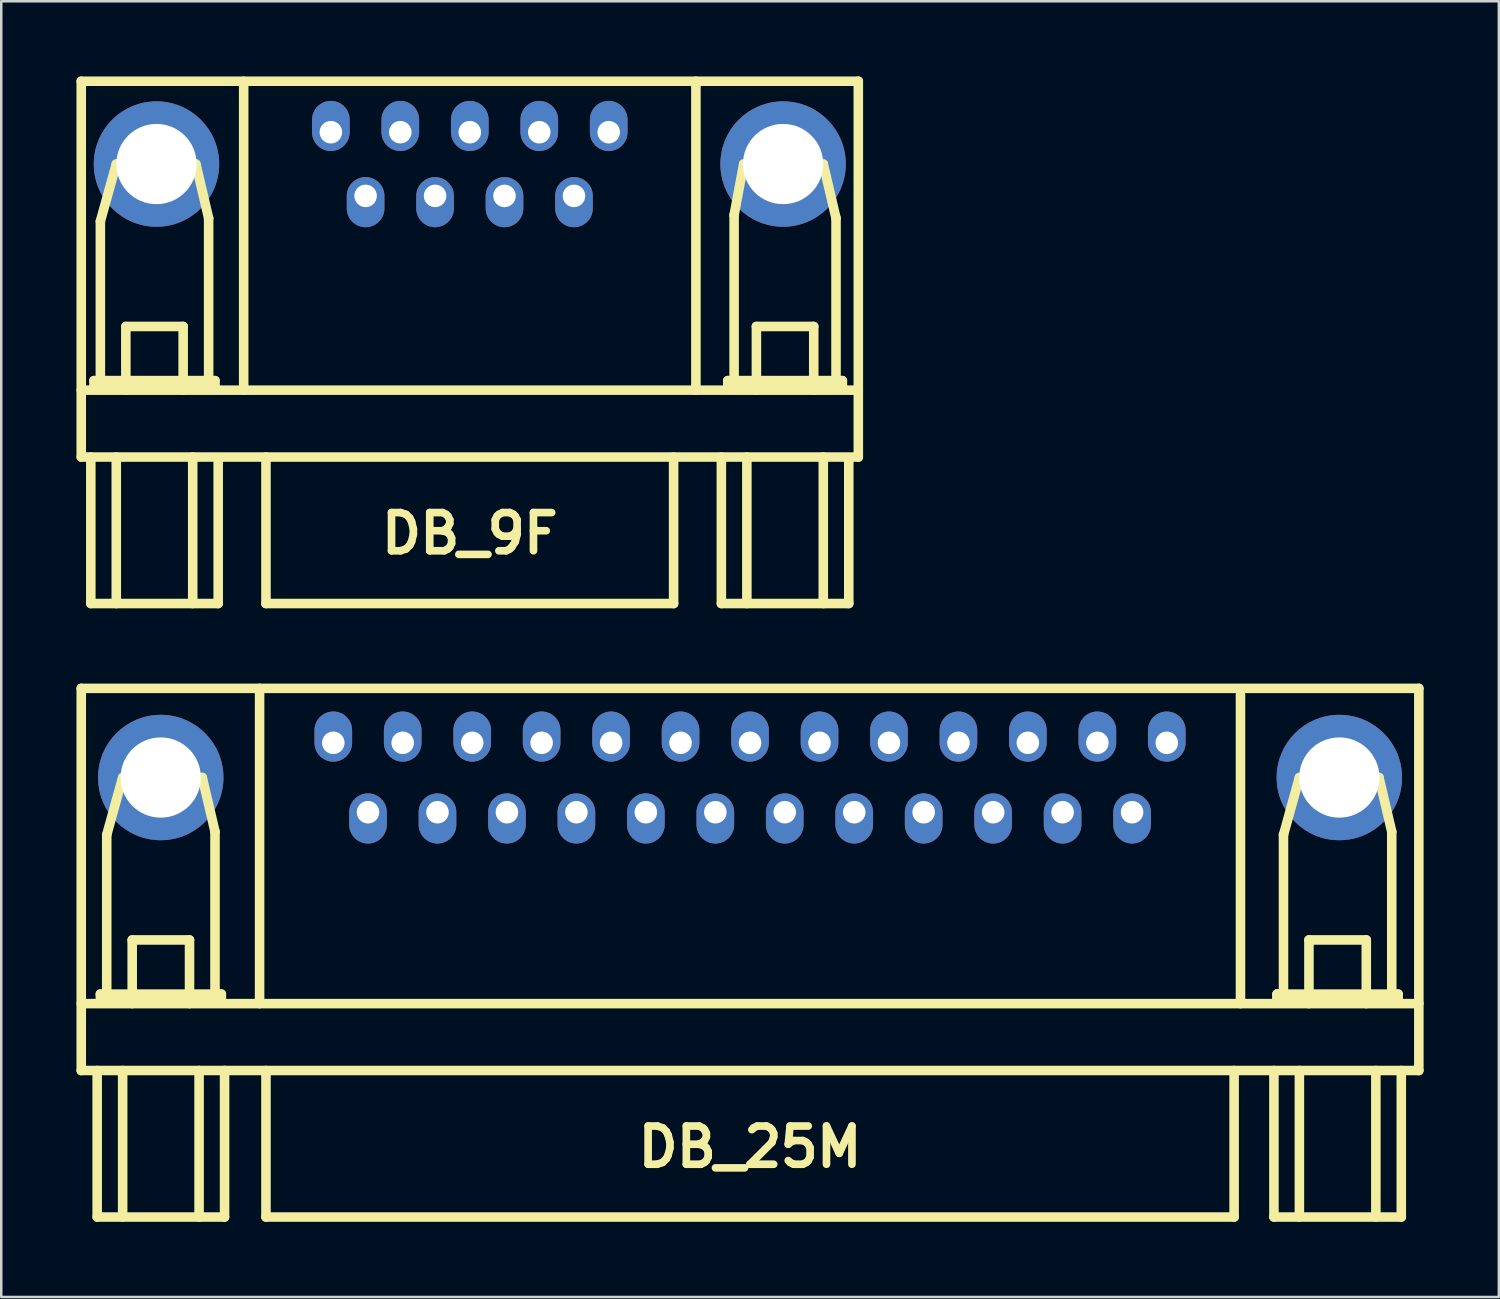
<source format=kicad_pcb>
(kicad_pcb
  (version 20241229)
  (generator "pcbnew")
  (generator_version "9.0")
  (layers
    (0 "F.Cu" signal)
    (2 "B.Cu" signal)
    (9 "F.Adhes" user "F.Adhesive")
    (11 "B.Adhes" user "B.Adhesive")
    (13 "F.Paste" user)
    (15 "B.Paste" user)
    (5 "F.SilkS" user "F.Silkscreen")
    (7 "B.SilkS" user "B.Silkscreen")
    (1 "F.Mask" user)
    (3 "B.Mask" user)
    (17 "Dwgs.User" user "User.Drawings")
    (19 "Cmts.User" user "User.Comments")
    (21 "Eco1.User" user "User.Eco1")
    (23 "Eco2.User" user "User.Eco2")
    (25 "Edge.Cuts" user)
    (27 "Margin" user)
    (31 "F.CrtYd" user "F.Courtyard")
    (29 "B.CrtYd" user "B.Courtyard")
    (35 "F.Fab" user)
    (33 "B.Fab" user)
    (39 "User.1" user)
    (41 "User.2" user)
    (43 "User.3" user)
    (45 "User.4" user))
  (footprint "DB_25M"
    (layer "F.Cu")
    (at 26.86 35.068)
    (property "Reference" "DB_25M" (at 0 7.62 0) (layer "F.SilkS") (effects (font (size 1.524 1.524) (thickness 0.305))))
    (attr through_hole)
    (fp_line (start -26.67 -10.668) (end -26.67 4.572) (stroke (width 0.381) (type solid)) (layer "F.SilkS"))
    (fp_line (start -26.67 1.905) (end 26.67 1.905) (stroke (width 0.381) (type solid)) (layer "F.SilkS"))
    (fp_line (start -26.035 4.572) (end -26.035 10.414) (stroke (width 0.381) (type solid)) (layer "F.SilkS"))
    (fp_line (start -26.035 10.414) (end -20.955 10.414) (stroke (width 0.381) (type solid)) (layer "F.SilkS"))
    (fp_line (start -25.908 1.524) (end -25.908 1.778) (stroke (width 0.381) (type solid)) (layer "F.SilkS"))
    (fp_line (start -25.908 1.778) (end -21.082 1.778) (stroke (width 0.381) (type solid)) (layer "F.SilkS"))
    (fp_line (start -25.654 -4.826) (end -25.019 -7.112) (stroke (width 0.381) (type solid)) (layer "F.SilkS"))
    (fp_line (start -25.654 1.524) (end -25.654 -4.826) (stroke (width 0.381) (type solid)) (layer "F.SilkS"))
    (fp_line (start -25.019 -7.112) (end -21.844 -7.112) (stroke (width 0.381) (type solid)) (layer "F.SilkS"))
    (fp_line (start -25.019 4.572) (end -25.019 10.414) (stroke (width 0.381) (type solid)) (layer "F.SilkS"))
    (fp_line (start -24.638 -0.635) (end -22.352 -0.635) (stroke (width 0.381) (type solid)) (layer "F.SilkS"))
    (fp_line (start -24.638 1.905) (end -24.638 -0.635) (stroke (width 0.381) (type solid)) (layer "F.SilkS"))
    (fp_line (start -22.352 -0.635) (end -22.352 1.905) (stroke (width 0.381) (type solid)) (layer "F.SilkS"))
    (fp_line (start -21.971 4.572) (end -21.971 10.414) (stroke (width 0.381) (type solid)) (layer "F.SilkS"))
    (fp_line (start -21.844 -7.112) (end -21.336 -4.953) (stroke (width 0.381) (type solid)) (layer "F.SilkS"))
    (fp_line (start -21.336 -4.953) (end -21.336 1.524) (stroke (width 0.381) (type solid)) (layer "F.SilkS"))
    (fp_line (start -21.082 1.524) (end -25.908 1.524) (stroke (width 0.381) (type solid)) (layer "F.SilkS"))
    (fp_line (start -21.082 1.778) (end -21.082 1.524) (stroke (width 0.381) (type solid)) (layer "F.SilkS"))
    (fp_line (start -20.955 4.572) (end -20.955 10.414) (stroke (width 0.381) (type solid)) (layer "F.SilkS"))
    (fp_line (start -19.558 1.905) (end -19.558 -10.668) (stroke (width 0.381) (type solid)) (layer "F.SilkS"))
    (fp_line (start -19.304 4.572) (end -19.304 10.414) (stroke (width 0.381) (type solid)) (layer "F.SilkS"))
    (fp_line (start 19.304 10.414) (end -19.304 10.414) (stroke (width 0.381) (type solid)) (layer "F.SilkS"))
    (fp_line (start 19.304 10.414) (end 19.304 4.572) (stroke (width 0.381) (type solid)) (layer "F.SilkS"))
    (fp_line (start 19.558 1.905) (end 19.558 -10.414) (stroke (width 0.381) (type solid)) (layer "F.SilkS"))
    (fp_line (start 20.892 4.572) (end 20.892 10.414) (stroke (width 0.381) (type solid)) (layer "F.SilkS"))
    (fp_line (start 20.892 10.414) (end 25.971 10.414) (stroke (width 0.381) (type solid)) (layer "F.SilkS"))
    (fp_line (start 21.018 1.524) (end 21.018 1.778) (stroke (width 0.381) (type solid)) (layer "F.SilkS"))
    (fp_line (start 21.018 1.524) (end 21.018 1.778) (stroke (width 0.381) (type solid)) (layer "F.SilkS"))
    (fp_line (start 21.018 1.778) (end 25.845 1.778) (stroke (width 0.381) (type solid)) (layer "F.SilkS"))
    (fp_line (start 21.273 -4.826) (end 21.907 -7.112) (stroke (width 0.381) (type solid)) (layer "F.SilkS"))
    (fp_line (start 21.273 1.524) (end 21.273 -4.826) (stroke (width 0.381) (type solid)) (layer "F.SilkS"))
    (fp_line (start 21.907 -7.112) (end 25.082 -7.112) (stroke (width 0.381) (type solid)) (layer "F.SilkS"))
    (fp_line (start 21.907 4.572) (end 21.907 10.414) (stroke (width 0.381) (type solid)) (layer "F.SilkS"))
    (fp_line (start 22.288 -0.635) (end 24.575 -0.635) (stroke (width 0.381) (type solid)) (layer "F.SilkS"))
    (fp_line (start 22.288 1.905) (end 22.288 -0.635) (stroke (width 0.381) (type solid)) (layer "F.SilkS"))
    (fp_line (start 24.575 -0.635) (end 24.575 1.905) (stroke (width 0.381) (type solid)) (layer "F.SilkS"))
    (fp_line (start 24.956 4.572) (end 24.956 10.414) (stroke (width 0.381) (type solid)) (layer "F.SilkS"))
    (fp_line (start 25.082 -7.112) (end 25.59 -4.953) (stroke (width 0.381) (type solid)) (layer "F.SilkS"))
    (fp_line (start 25.59 -4.953) (end 25.59 1.524) (stroke (width 0.381) (type solid)) (layer "F.SilkS"))
    (fp_line (start 25.845 1.524) (end 21.018 1.524) (stroke (width 0.381) (type solid)) (layer "F.SilkS"))
    (fp_line (start 25.845 1.778) (end 25.845 1.524) (stroke (width 0.381) (type solid)) (layer "F.SilkS"))
    (fp_line (start 25.971 4.572) (end 25.971 10.414) (stroke (width 0.381) (type solid)) (layer "F.SilkS"))
    (fp_line (start 26.67 -10.668) (end -26.67 -10.668) (stroke (width 0.381) (type solid)) (layer "F.SilkS"))
    (fp_line (start 26.67 -10.668) (end 26.67 4.572) (stroke (width 0.381) (type solid)) (layer "F.SilkS"))
    (fp_line (start 26.67 4.572) (end -26.67 4.572) (stroke (width 0.381) (type solid)) (layer "F.SilkS"))
    (pad "" thru_hole circle (at -23.5 -7.112) (size 5.001 5.001) (drill 3.2) (layers "*.Cu" "*.Mask"))
    (pad "" thru_hole circle (at 23.5 -7.112) (size 5.001 5.001) (drill 3.2) (layers "*.Cu" "*.Mask"))
    (pad "1" thru_hole oval (at -16.619 -8.496) (size 1.501 1.999) (drill 0.899 (offset 0 -0.249)) (layers "*.Cu" "*.Mask"))
    (pad "2" thru_hole oval (at -13.851 -8.496) (size 1.501 1.999) (drill 0.899 (offset 0 -0.249)) (layers "*.Cu" "*.Mask"))
    (pad "3" thru_hole oval (at -11.079 -8.496) (size 1.501 1.999) (drill 0.899 (offset 0 -0.249)) (layers "*.Cu" "*.Mask"))
    (pad "4" thru_hole oval (at -8.311 -8.496) (size 1.501 1.999) (drill 0.899 (offset 0 -0.249)) (layers "*.Cu" "*.Mask"))
    (pad "5" thru_hole oval (at -5.54 -8.496) (size 1.501 1.999) (drill 0.899 (offset 0 -0.249)) (layers "*.Cu" "*.Mask"))
    (pad "6" thru_hole oval (at -2.771 -8.496) (size 1.501 1.999) (drill 0.899 (offset 0 -0.249)) (layers "*.Cu" "*.Mask"))
    (pad "7" thru_hole oval (at 0 -8.496) (size 1.501 1.999) (drill 0.899 (offset 0 -0.249)) (layers "*.Cu" "*.Mask"))
    (pad "8" thru_hole oval (at 2.771 -8.496) (size 1.501 1.999) (drill 0.899 (offset 0 -0.249)) (layers "*.Cu" "*.Mask"))
    (pad "9" thru_hole oval (at 5.54 -8.496) (size 1.501 1.999) (drill 0.899 (offset 0 -0.249)) (layers "*.Cu" "*.Mask"))
    (pad "10" thru_hole oval (at 8.311 -8.496) (size 1.501 1.999) (drill 0.899 (offset 0 -0.249)) (layers "*.Cu" "*.Mask"))
    (pad "11" thru_hole oval (at 11.079 -8.496) (size 1.501 1.999) (drill 0.899 (offset 0 -0.249)) (layers "*.Cu" "*.Mask"))
    (pad "12" thru_hole oval (at 13.851 -8.496) (size 1.501 1.999) (drill 0.899 (offset 0 -0.249)) (layers "*.Cu" "*.Mask"))
    (pad "13" thru_hole oval (at 16.619 -8.496) (size 1.501 1.999) (drill 0.899 (offset 0 -0.249)) (layers "*.Cu" "*.Mask"))
    (pad "14" thru_hole oval (at -15.235 -5.728) (size 1.501 1.999) (drill 0.899 (offset 0 0.249)) (layers "*.Cu" "*.Mask"))
    (pad "15" thru_hole oval (at -12.464 -5.728) (size 1.501 1.999) (drill 0.899 (offset 0 0.249)) (layers "*.Cu" "*.Mask"))
    (pad "16" thru_hole oval (at -9.695 -5.728) (size 1.501 1.999) (drill 0.899 (offset 0 0.249)) (layers "*.Cu" "*.Mask"))
    (pad "17" thru_hole oval (at -6.924 -5.728) (size 1.501 1.999) (drill 0.899 (offset 0 0.249)) (layers "*.Cu" "*.Mask"))
    (pad "18" thru_hole oval (at -4.155 -5.728) (size 1.501 1.999) (drill 0.899 (offset 0 0.249)) (layers "*.Cu" "*.Mask"))
    (pad "19" thru_hole oval (at -1.384 -5.728) (size 1.501 1.999) (drill 0.899 (offset 0 0.249)) (layers "*.Cu" "*.Mask"))
    (pad "20" thru_hole oval (at 1.384 -5.728) (size 1.501 1.999) (drill 0.899 (offset 0 0.249)) (layers "*.Cu" "*.Mask"))
    (pad "21" thru_hole oval (at 4.155 -5.728) (size 1.501 1.999) (drill 0.899 (offset 0 0.249)) (layers "*.Cu" "*.Mask"))
    (pad "22" thru_hole oval (at 6.924 -5.728) (size 1.501 1.999) (drill 0.899 (offset 0 0.249)) (layers "*.Cu" "*.Mask"))
    (pad "23" thru_hole oval (at 9.695 -5.728) (size 1.501 1.999) (drill 0.899 (offset 0 0.249)) (layers "*.Cu" "*.Mask"))
    (pad "24" thru_hole oval (at 12.464 -5.728) (size 1.501 1.999) (drill 0.899 (offset 0 0.249)) (layers "*.Cu" "*.Mask"))
    (pad "25" thru_hole oval (at 15.235 -5.728) (size 1.501 1.999) (drill 0.899 (offset 0 0.249)) (layers "*.Cu" "*.Mask")))
  (footprint "DB_9F"
    (layer "F.Cu")
    (at 15.684 10.604)
    (property "Reference" "DB_9F" (at 0 7.62 0) (layer "F.SilkS") (effects (font (size 1.524 1.524) (thickness 0.305))))
    (attr through_hole)
    (fp_line (start -15.494 -10.414) (end -15.494 4.572) (stroke (width 0.381) (type solid)) (layer "F.SilkS"))
    (fp_line (start -15.494 1.905) (end 15.494 1.905) (stroke (width 0.381) (type solid)) (layer "F.SilkS"))
    (fp_line (start -15.494 4.572) (end 15.494 4.572) (stroke (width 0.381) (type solid)) (layer "F.SilkS"))
    (fp_line (start -15.113 4.572) (end -15.113 10.414) (stroke (width 0.381) (type solid)) (layer "F.SilkS"))
    (fp_line (start -15.113 10.414) (end -10.033 10.414) (stroke (width 0.381) (type solid)) (layer "F.SilkS"))
    (fp_line (start -14.986 1.524) (end -14.986 1.778) (stroke (width 0.381) (type solid)) (layer "F.SilkS"))
    (fp_line (start -14.986 1.778) (end -10.16 1.778) (stroke (width 0.381) (type solid)) (layer "F.SilkS"))
    (fp_line (start -14.732 -4.826) (end -14.097 -7.112) (stroke (width 0.381) (type solid)) (layer "F.SilkS"))
    (fp_line (start -14.732 1.524) (end -14.732 -4.826) (stroke (width 0.381) (type solid)) (layer "F.SilkS"))
    (fp_line (start -14.097 -7.112) (end -10.922 -7.112) (stroke (width 0.381) (type solid)) (layer "F.SilkS"))
    (fp_line (start -14.097 4.572) (end -14.097 10.414) (stroke (width 0.381) (type solid)) (layer "F.SilkS"))
    (fp_line (start -13.716 -0.635) (end -11.43 -0.635) (stroke (width 0.381) (type solid)) (layer "F.SilkS"))
    (fp_line (start -13.716 1.905) (end -13.716 -0.635) (stroke (width 0.381) (type solid)) (layer "F.SilkS"))
    (fp_line (start -11.43 -0.635) (end -11.43 1.905) (stroke (width 0.381) (type solid)) (layer "F.SilkS"))
    (fp_line (start -11.049 4.572) (end -11.049 10.414) (stroke (width 0.381) (type solid)) (layer "F.SilkS"))
    (fp_line (start -10.922 -7.112) (end -10.414 -4.953) (stroke (width 0.381) (type solid)) (layer "F.SilkS"))
    (fp_line (start -10.414 -4.953) (end -10.414 1.524) (stroke (width 0.381) (type solid)) (layer "F.SilkS"))
    (fp_line (start -10.16 1.524) (end -14.986 1.524) (stroke (width 0.381) (type solid)) (layer "F.SilkS"))
    (fp_line (start -10.16 1.778) (end -10.16 1.524) (stroke (width 0.381) (type solid)) (layer "F.SilkS"))
    (fp_line (start -10.033 10.414) (end -10.033 4.699) (stroke (width 0.381) (type solid)) (layer "F.SilkS"))
    (fp_line (start -9.017 1.905) (end -9.017 -10.414) (stroke (width 0.381) (type solid)) (layer "F.SilkS"))
    (fp_line (start -8.128 4.572) (end -8.128 10.414) (stroke (width 0.381) (type solid)) (layer "F.SilkS"))
    (fp_line (start -8.128 10.414) (end 8.128 10.414) (stroke (width 0.381) (type solid)) (layer "F.SilkS"))
    (fp_line (start 8.128 10.414) (end 8.128 4.572) (stroke (width 0.381) (type solid)) (layer "F.SilkS"))
    (fp_line (start 9.017 1.905) (end 9.017 -10.414) (stroke (width 0.381) (type solid)) (layer "F.SilkS"))
    (fp_line (start 10.033 4.572) (end 10.033 10.414) (stroke (width 0.381) (type solid)) (layer "F.SilkS"))
    (fp_line (start 10.033 10.414) (end 15.113 10.414) (stroke (width 0.381) (type solid)) (layer "F.SilkS"))
    (fp_line (start 10.287 1.524) (end 10.287 1.778) (stroke (width 0.381) (type solid)) (layer "F.SilkS"))
    (fp_line (start 10.287 1.778) (end 14.859 1.778) (stroke (width 0.381) (type solid)) (layer "F.SilkS"))
    (fp_line (start 10.541 -5.08) (end 10.922 -7.112) (stroke (width 0.381) (type solid)) (layer "F.SilkS"))
    (fp_line (start 10.541 1.524) (end 10.541 -5.08) (stroke (width 0.381) (type solid)) (layer "F.SilkS"))
    (fp_line (start 10.922 -7.112) (end 14.097 -7.112) (stroke (width 0.381) (type solid)) (layer "F.SilkS"))
    (fp_line (start 11.049 4.572) (end 11.049 10.414) (stroke (width 0.381) (type solid)) (layer "F.SilkS"))
    (fp_line (start 11.43 -0.635) (end 13.716 -0.635) (stroke (width 0.381) (type solid)) (layer "F.SilkS"))
    (fp_line (start 11.43 1.905) (end 11.43 -0.635) (stroke (width 0.381) (type solid)) (layer "F.SilkS"))
    (fp_line (start 13.716 -0.635) (end 13.716 1.905) (stroke (width 0.381) (type solid)) (layer "F.SilkS"))
    (fp_line (start 14.097 -7.112) (end 14.605 -4.953) (stroke (width 0.381) (type solid)) (layer "F.SilkS"))
    (fp_line (start 14.097 4.572) (end 14.097 10.414) (stroke (width 0.381) (type solid)) (layer "F.SilkS"))
    (fp_line (start 14.605 -4.953) (end 14.605 1.524) (stroke (width 0.381) (type solid)) (layer "F.SilkS"))
    (fp_line (start 14.859 1.524) (end 10.287 1.524) (stroke (width 0.381) (type solid)) (layer "F.SilkS"))
    (fp_line (start 14.859 1.778) (end 14.859 1.524) (stroke (width 0.381) (type solid)) (layer "F.SilkS"))
    (fp_line (start 15.113 10.414) (end 15.113 4.699) (stroke (width 0.381) (type solid)) (layer "F.SilkS"))
    (fp_line (start 15.494 -10.414) (end -15.494 -10.414) (stroke (width 0.381) (type solid)) (layer "F.SilkS"))
    (fp_line (start 15.494 4.572) (end 15.494 -10.414) (stroke (width 0.381) (type solid)) (layer "F.SilkS"))
    (pad "" thru_hole circle (at -12.494 -7.112) (size 5.001 5.001) (drill 3.2) (layers "*.Cu" "*.Mask"))
    (pad "" thru_hole circle (at 12.494 -7.112) (size 5.001 5.001) (drill 3.2) (layers "*.Cu" "*.Mask"))
    (pad "1" thru_hole oval (at 5.54 -8.382) (size 1.501 1.999) (drill 0.899 (offset 0 -0.249)) (layers "*.Cu" "*.Mask"))
    (pad "2" thru_hole oval (at 2.771 -8.382) (size 1.501 1.999) (drill 0.899 (offset 0 -0.249)) (layers "*.Cu" "*.Mask"))
    (pad "3" thru_hole oval (at 0 -8.382) (size 1.501 1.999) (drill 0.899 (offset 0 -0.249)) (layers "*.Cu" "*.Mask"))
    (pad "4" thru_hole oval (at -2.771 -8.382) (size 1.501 1.999) (drill 0.899 (offset 0 -0.249)) (layers "*.Cu" "*.Mask"))
    (pad "5" thru_hole oval (at -5.54 -8.382) (size 1.501 1.999) (drill 0.899 (offset 0 -0.249)) (layers "*.Cu" "*.Mask"))
    (pad "6" thru_hole oval (at 4.155 -5.842) (size 1.501 1.999) (drill 0.899 (offset 0 0.249)) (layers "*.Cu" "*.Mask"))
    (pad "7" thru_hole oval (at 1.384 -5.842) (size 1.501 1.999) (drill 0.899 (offset 0 0.249)) (layers "*.Cu" "*.Mask"))
    (pad "8" thru_hole oval (at -1.384 -5.842) (size 1.501 1.999) (drill 0.899 (offset 0 0.249)) (layers "*.Cu" "*.Mask"))
    (pad "9" thru_hole oval (at -4.155 -5.842) (size 1.501 1.999) (drill 0.899 (offset 0 0.249)) (layers "*.Cu" "*.Mask")))
  (gr_rect
    (start -3 -3)
    (end 56.721 48.672)
    (stroke (width 0.1) (type default))
    (fill no)
    (layer "Edge.Cuts")))
</source>
